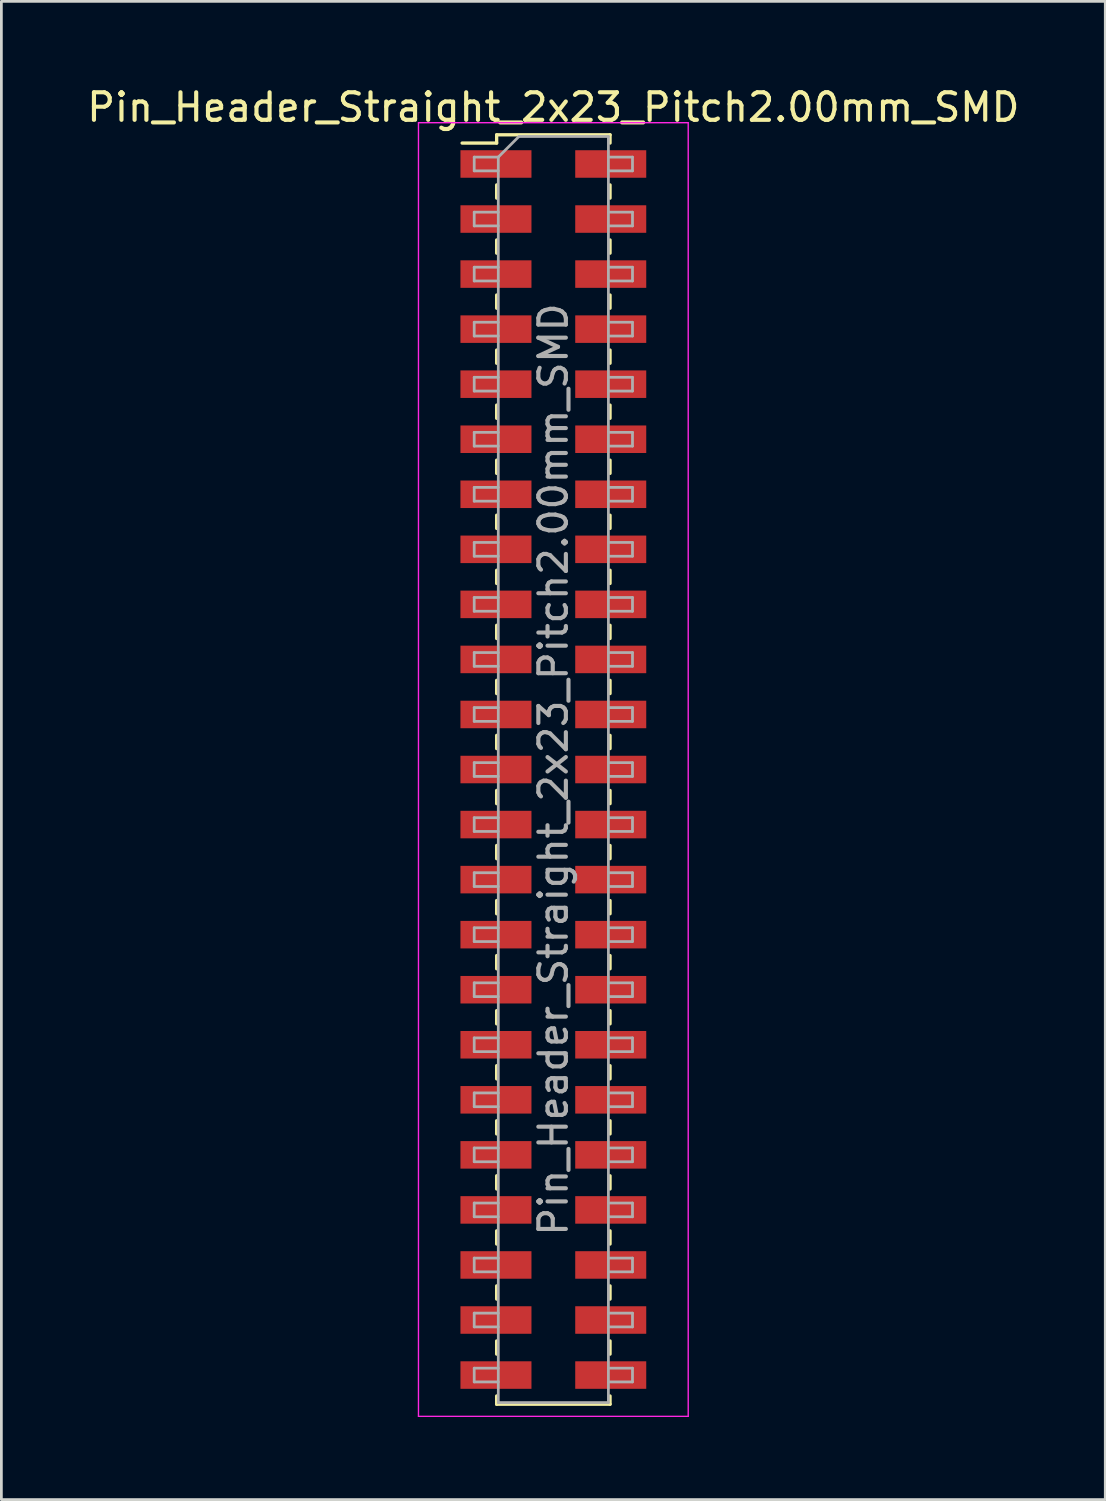
<source format=kicad_pcb>
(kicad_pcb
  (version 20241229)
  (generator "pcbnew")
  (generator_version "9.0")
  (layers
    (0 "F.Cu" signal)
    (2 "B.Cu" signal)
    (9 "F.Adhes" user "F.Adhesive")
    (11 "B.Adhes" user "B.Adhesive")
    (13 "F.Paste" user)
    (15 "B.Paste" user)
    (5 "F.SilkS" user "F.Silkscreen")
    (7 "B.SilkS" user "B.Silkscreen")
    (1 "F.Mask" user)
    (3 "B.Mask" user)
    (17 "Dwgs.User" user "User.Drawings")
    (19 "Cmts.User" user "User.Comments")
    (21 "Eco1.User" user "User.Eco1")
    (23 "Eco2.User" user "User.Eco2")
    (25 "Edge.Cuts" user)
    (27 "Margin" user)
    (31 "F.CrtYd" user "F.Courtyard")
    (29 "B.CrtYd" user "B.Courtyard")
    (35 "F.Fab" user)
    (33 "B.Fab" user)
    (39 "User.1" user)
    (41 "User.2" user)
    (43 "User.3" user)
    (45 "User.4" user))
  (footprint "Pin_Header_Straight_2x23_Pitch2.00mm_SMD"
    (layer "F.Cu")
    (at 17.054 24.908)
    (property "Reference" "Pin_Header_Straight_2x23_Pitch2.00mm_SMD" (at 0 -24.06 0) (layer "F.SilkS") (effects (font (size 1 1) (thickness 0.15))))
    (attr smd)
    (fp_line (start -3.315 -22.76) (end -2.06 -22.76) (stroke (width 0.12) (type solid)) (layer "F.SilkS"))
    (fp_line (start -2.06 -23.06) (end -2.06 -22.76) (stroke (width 0.12) (type solid)) (layer "F.SilkS"))
    (fp_line (start -2.06 -23.06) (end 2.06 -23.06) (stroke (width 0.12) (type solid)) (layer "F.SilkS"))
    (fp_line (start -2.06 -21.24) (end -2.06 -20.76) (stroke (width 0.12) (type solid)) (layer "F.SilkS"))
    (fp_line (start -2.06 -19.24) (end -2.06 -18.76) (stroke (width 0.12) (type solid)) (layer "F.SilkS"))
    (fp_line (start -2.06 -17.24) (end -2.06 -16.76) (stroke (width 0.12) (type solid)) (layer "F.SilkS"))
    (fp_line (start -2.06 -15.24) (end -2.06 -14.76) (stroke (width 0.12) (type solid)) (layer "F.SilkS"))
    (fp_line (start -2.06 -13.24) (end -2.06 -12.76) (stroke (width 0.12) (type solid)) (layer "F.SilkS"))
    (fp_line (start -2.06 -11.24) (end -2.06 -10.76) (stroke (width 0.12) (type solid)) (layer "F.SilkS"))
    (fp_line (start -2.06 -9.24) (end -2.06 -8.76) (stroke (width 0.12) (type solid)) (layer "F.SilkS"))
    (fp_line (start -2.06 -7.24) (end -2.06 -6.76) (stroke (width 0.12) (type solid)) (layer "F.SilkS"))
    (fp_line (start -2.06 -5.24) (end -2.06 -4.76) (stroke (width 0.12) (type solid)) (layer "F.SilkS"))
    (fp_line (start -2.06 -3.24) (end -2.06 -2.76) (stroke (width 0.12) (type solid)) (layer "F.SilkS"))
    (fp_line (start -2.06 -1.24) (end -2.06 -0.76) (stroke (width 0.12) (type solid)) (layer "F.SilkS"))
    (fp_line (start -2.06 0.76) (end -2.06 1.24) (stroke (width 0.12) (type solid)) (layer "F.SilkS"))
    (fp_line (start -2.06 2.76) (end -2.06 3.24) (stroke (width 0.12) (type solid)) (layer "F.SilkS"))
    (fp_line (start -2.06 4.76) (end -2.06 5.24) (stroke (width 0.12) (type solid)) (layer "F.SilkS"))
    (fp_line (start -2.06 6.76) (end -2.06 7.24) (stroke (width 0.12) (type solid)) (layer "F.SilkS"))
    (fp_line (start -2.06 8.76) (end -2.06 9.24) (stroke (width 0.12) (type solid)) (layer "F.SilkS"))
    (fp_line (start -2.06 10.76) (end -2.06 11.24) (stroke (width 0.12) (type solid)) (layer "F.SilkS"))
    (fp_line (start -2.06 12.76) (end -2.06 13.24) (stroke (width 0.12) (type solid)) (layer "F.SilkS"))
    (fp_line (start -2.06 14.76) (end -2.06 15.24) (stroke (width 0.12) (type solid)) (layer "F.SilkS"))
    (fp_line (start -2.06 16.76) (end -2.06 17.24) (stroke (width 0.12) (type solid)) (layer "F.SilkS"))
    (fp_line (start -2.06 18.76) (end -2.06 19.24) (stroke (width 0.12) (type solid)) (layer "F.SilkS"))
    (fp_line (start -2.06 20.76) (end -2.06 21.24) (stroke (width 0.12) (type solid)) (layer "F.SilkS"))
    (fp_line (start -2.06 22.76) (end -2.06 23.06) (stroke (width 0.12) (type solid)) (layer "F.SilkS"))
    (fp_line (start -2.06 23.06) (end 2.06 23.06) (stroke (width 0.12) (type solid)) (layer "F.SilkS"))
    (fp_line (start 2.06 -23.06) (end 2.06 -22.76) (stroke (width 0.12) (type solid)) (layer "F.SilkS"))
    (fp_line (start 2.06 -21.24) (end 2.06 -20.76) (stroke (width 0.12) (type solid)) (layer "F.SilkS"))
    (fp_line (start 2.06 -19.24) (end 2.06 -18.76) (stroke (width 0.12) (type solid)) (layer "F.SilkS"))
    (fp_line (start 2.06 -17.24) (end 2.06 -16.76) (stroke (width 0.12) (type solid)) (layer "F.SilkS"))
    (fp_line (start 2.06 -15.24) (end 2.06 -14.76) (stroke (width 0.12) (type solid)) (layer "F.SilkS"))
    (fp_line (start 2.06 -13.24) (end 2.06 -12.76) (stroke (width 0.12) (type solid)) (layer "F.SilkS"))
    (fp_line (start 2.06 -11.24) (end 2.06 -10.76) (stroke (width 0.12) (type solid)) (layer "F.SilkS"))
    (fp_line (start 2.06 -9.24) (end 2.06 -8.76) (stroke (width 0.12) (type solid)) (layer "F.SilkS"))
    (fp_line (start 2.06 -7.24) (end 2.06 -6.76) (stroke (width 0.12) (type solid)) (layer "F.SilkS"))
    (fp_line (start 2.06 -5.24) (end 2.06 -4.76) (stroke (width 0.12) (type solid)) (layer "F.SilkS"))
    (fp_line (start 2.06 -3.24) (end 2.06 -2.76) (stroke (width 0.12) (type solid)) (layer "F.SilkS"))
    (fp_line (start 2.06 -1.24) (end 2.06 -0.76) (stroke (width 0.12) (type solid)) (layer "F.SilkS"))
    (fp_line (start 2.06 0.76) (end 2.06 1.24) (stroke (width 0.12) (type solid)) (layer "F.SilkS"))
    (fp_line (start 2.06 2.76) (end 2.06 3.24) (stroke (width 0.12) (type solid)) (layer "F.SilkS"))
    (fp_line (start 2.06 4.76) (end 2.06 5.24) (stroke (width 0.12) (type solid)) (layer "F.SilkS"))
    (fp_line (start 2.06 6.76) (end 2.06 7.24) (stroke (width 0.12) (type solid)) (layer "F.SilkS"))
    (fp_line (start 2.06 8.76) (end 2.06 9.24) (stroke (width 0.12) (type solid)) (layer "F.SilkS"))
    (fp_line (start 2.06 10.76) (end 2.06 11.24) (stroke (width 0.12) (type solid)) (layer "F.SilkS"))
    (fp_line (start 2.06 12.76) (end 2.06 13.24) (stroke (width 0.12) (type solid)) (layer "F.SilkS"))
    (fp_line (start 2.06 14.76) (end 2.06 15.24) (stroke (width 0.12) (type solid)) (layer "F.SilkS"))
    (fp_line (start 2.06 16.76) (end 2.06 17.24) (stroke (width 0.12) (type solid)) (layer "F.SilkS"))
    (fp_line (start 2.06 18.76) (end 2.06 19.24) (stroke (width 0.12) (type solid)) (layer "F.SilkS"))
    (fp_line (start 2.06 20.76) (end 2.06 21.24) (stroke (width 0.12) (type solid)) (layer "F.SilkS"))
    (fp_line (start 2.06 22.76) (end 2.06 23.06) (stroke (width 0.12) (type solid)) (layer "F.SilkS"))
    (fp_line (start -4.9 -23.5) (end -4.9 23.5) (stroke (width 0.05) (type solid)) (layer "F.CrtYd"))
    (fp_line (start -4.9 23.5) (end 4.9 23.5) (stroke (width 0.05) (type solid)) (layer "F.CrtYd"))
    (fp_line (start 4.9 -23.5) (end -4.9 -23.5) (stroke (width 0.05) (type solid)) (layer "F.CrtYd"))
    (fp_line (start 4.9 23.5) (end 4.9 -23.5) (stroke (width 0.05) (type solid)) (layer "F.CrtYd"))
    (fp_line (start -2.875 -22.25) (end -2.875 -21.75) (stroke (width 0.1) (type solid)) (layer "F.Fab"))
    (fp_line (start -2.875 -21.75) (end -2 -21.75) (stroke (width 0.1) (type solid)) (layer "F.Fab"))
    (fp_line (start -2.875 -20.25) (end -2.875 -19.75) (stroke (width 0.1) (type solid)) (layer "F.Fab"))
    (fp_line (start -2.875 -19.75) (end -2 -19.75) (stroke (width 0.1) (type solid)) (layer "F.Fab"))
    (fp_line (start -2.875 -18.25) (end -2.875 -17.75) (stroke (width 0.1) (type solid)) (layer "F.Fab"))
    (fp_line (start -2.875 -17.75) (end -2 -17.75) (stroke (width 0.1) (type solid)) (layer "F.Fab"))
    (fp_line (start -2.875 -16.25) (end -2.875 -15.75) (stroke (width 0.1) (type solid)) (layer "F.Fab"))
    (fp_line (start -2.875 -15.75) (end -2 -15.75) (stroke (width 0.1) (type solid)) (layer "F.Fab"))
    (fp_line (start -2.875 -14.25) (end -2.875 -13.75) (stroke (width 0.1) (type solid)) (layer "F.Fab"))
    (fp_line (start -2.875 -13.75) (end -2 -13.75) (stroke (width 0.1) (type solid)) (layer "F.Fab"))
    (fp_line (start -2.875 -12.25) (end -2.875 -11.75) (stroke (width 0.1) (type solid)) (layer "F.Fab"))
    (fp_line (start -2.875 -11.75) (end -2 -11.75) (stroke (width 0.1) (type solid)) (layer "F.Fab"))
    (fp_line (start -2.875 -10.25) (end -2.875 -9.75) (stroke (width 0.1) (type solid)) (layer "F.Fab"))
    (fp_line (start -2.875 -9.75) (end -2 -9.75) (stroke (width 0.1) (type solid)) (layer "F.Fab"))
    (fp_line (start -2.875 -8.25) (end -2.875 -7.75) (stroke (width 0.1) (type solid)) (layer "F.Fab"))
    (fp_line (start -2.875 -7.75) (end -2 -7.75) (stroke (width 0.1) (type solid)) (layer "F.Fab"))
    (fp_line (start -2.875 -6.25) (end -2.875 -5.75) (stroke (width 0.1) (type solid)) (layer "F.Fab"))
    (fp_line (start -2.875 -5.75) (end -2 -5.75) (stroke (width 0.1) (type solid)) (layer "F.Fab"))
    (fp_line (start -2.875 -4.25) (end -2.875 -3.75) (stroke (width 0.1) (type solid)) (layer "F.Fab"))
    (fp_line (start -2.875 -3.75) (end -2 -3.75) (stroke (width 0.1) (type solid)) (layer "F.Fab"))
    (fp_line (start -2.875 -2.25) (end -2.875 -1.75) (stroke (width 0.1) (type solid)) (layer "F.Fab"))
    (fp_line (start -2.875 -1.75) (end -2 -1.75) (stroke (width 0.1) (type solid)) (layer "F.Fab"))
    (fp_line (start -2.875 -0.25) (end -2.875 0.25) (stroke (width 0.1) (type solid)) (layer "F.Fab"))
    (fp_line (start -2.875 0.25) (end -2 0.25) (stroke (width 0.1) (type solid)) (layer "F.Fab"))
    (fp_line (start -2.875 1.75) (end -2.875 2.25) (stroke (width 0.1) (type solid)) (layer "F.Fab"))
    (fp_line (start -2.875 2.25) (end -2 2.25) (stroke (width 0.1) (type solid)) (layer "F.Fab"))
    (fp_line (start -2.875 3.75) (end -2.875 4.25) (stroke (width 0.1) (type solid)) (layer "F.Fab"))
    (fp_line (start -2.875 4.25) (end -2 4.25) (stroke (width 0.1) (type solid)) (layer "F.Fab"))
    (fp_line (start -2.875 5.75) (end -2.875 6.25) (stroke (width 0.1) (type solid)) (layer "F.Fab"))
    (fp_line (start -2.875 6.25) (end -2 6.25) (stroke (width 0.1) (type solid)) (layer "F.Fab"))
    (fp_line (start -2.875 7.75) (end -2.875 8.25) (stroke (width 0.1) (type solid)) (layer "F.Fab"))
    (fp_line (start -2.875 8.25) (end -2 8.25) (stroke (width 0.1) (type solid)) (layer "F.Fab"))
    (fp_line (start -2.875 9.75) (end -2.875 10.25) (stroke (width 0.1) (type solid)) (layer "F.Fab"))
    (fp_line (start -2.875 10.25) (end -2 10.25) (stroke (width 0.1) (type solid)) (layer "F.Fab"))
    (fp_line (start -2.875 11.75) (end -2.875 12.25) (stroke (width 0.1) (type solid)) (layer "F.Fab"))
    (fp_line (start -2.875 12.25) (end -2 12.25) (stroke (width 0.1) (type solid)) (layer "F.Fab"))
    (fp_line (start -2.875 13.75) (end -2.875 14.25) (stroke (width 0.1) (type solid)) (layer "F.Fab"))
    (fp_line (start -2.875 14.25) (end -2 14.25) (stroke (width 0.1) (type solid)) (layer "F.Fab"))
    (fp_line (start -2.875 15.75) (end -2.875 16.25) (stroke (width 0.1) (type solid)) (layer "F.Fab"))
    (fp_line (start -2.875 16.25) (end -2 16.25) (stroke (width 0.1) (type solid)) (layer "F.Fab"))
    (fp_line (start -2.875 17.75) (end -2.875 18.25) (stroke (width 0.1) (type solid)) (layer "F.Fab"))
    (fp_line (start -2.875 18.25) (end -2 18.25) (stroke (width 0.1) (type solid)) (layer "F.Fab"))
    (fp_line (start -2.875 19.75) (end -2.875 20.25) (stroke (width 0.1) (type solid)) (layer "F.Fab"))
    (fp_line (start -2.875 20.25) (end -2 20.25) (stroke (width 0.1) (type solid)) (layer "F.Fab"))
    (fp_line (start -2.875 21.75) (end -2.875 22.25) (stroke (width 0.1) (type solid)) (layer "F.Fab"))
    (fp_line (start -2.875 22.25) (end -2 22.25) (stroke (width 0.1) (type solid)) (layer "F.Fab"))
    (fp_line (start -2 -22.25) (end -2.875 -22.25) (stroke (width 0.1) (type solid)) (layer "F.Fab"))
    (fp_line (start -2 -22.25) (end -1.25 -23) (stroke (width 0.1) (type solid)) (layer "F.Fab"))
    (fp_line (start -2 -20.25) (end -2.875 -20.25) (stroke (width 0.1) (type solid)) (layer "F.Fab"))
    (fp_line (start -2 -18.25) (end -2.875 -18.25) (stroke (width 0.1) (type solid)) (layer "F.Fab"))
    (fp_line (start -2 -16.25) (end -2.875 -16.25) (stroke (width 0.1) (type solid)) (layer "F.Fab"))
    (fp_line (start -2 -14.25) (end -2.875 -14.25) (stroke (width 0.1) (type solid)) (layer "F.Fab"))
    (fp_line (start -2 -12.25) (end -2.875 -12.25) (stroke (width 0.1) (type solid)) (layer "F.Fab"))
    (fp_line (start -2 -10.25) (end -2.875 -10.25) (stroke (width 0.1) (type solid)) (layer "F.Fab"))
    (fp_line (start -2 -8.25) (end -2.875 -8.25) (stroke (width 0.1) (type solid)) (layer "F.Fab"))
    (fp_line (start -2 -6.25) (end -2.875 -6.25) (stroke (width 0.1) (type solid)) (layer "F.Fab"))
    (fp_line (start -2 -4.25) (end -2.875 -4.25) (stroke (width 0.1) (type solid)) (layer "F.Fab"))
    (fp_line (start -2 -2.25) (end -2.875 -2.25) (stroke (width 0.1) (type solid)) (layer "F.Fab"))
    (fp_line (start -2 -0.25) (end -2.875 -0.25) (stroke (width 0.1) (type solid)) (layer "F.Fab"))
    (fp_line (start -2 1.75) (end -2.875 1.75) (stroke (width 0.1) (type solid)) (layer "F.Fab"))
    (fp_line (start -2 3.75) (end -2.875 3.75) (stroke (width 0.1) (type solid)) (layer "F.Fab"))
    (fp_line (start -2 5.75) (end -2.875 5.75) (stroke (width 0.1) (type solid)) (layer "F.Fab"))
    (fp_line (start -2 7.75) (end -2.875 7.75) (stroke (width 0.1) (type solid)) (layer "F.Fab"))
    (fp_line (start -2 9.75) (end -2.875 9.75) (stroke (width 0.1) (type solid)) (layer "F.Fab"))
    (fp_line (start -2 11.75) (end -2.875 11.75) (stroke (width 0.1) (type solid)) (layer "F.Fab"))
    (fp_line (start -2 13.75) (end -2.875 13.75) (stroke (width 0.1) (type solid)) (layer "F.Fab"))
    (fp_line (start -2 15.75) (end -2.875 15.75) (stroke (width 0.1) (type solid)) (layer "F.Fab"))
    (fp_line (start -2 17.75) (end -2.875 17.75) (stroke (width 0.1) (type solid)) (layer "F.Fab"))
    (fp_line (start -2 19.75) (end -2.875 19.75) (stroke (width 0.1) (type solid)) (layer "F.Fab"))
    (fp_line (start -2 21.75) (end -2.875 21.75) (stroke (width 0.1) (type solid)) (layer "F.Fab"))
    (fp_line (start -2 23) (end -2 -22.25) (stroke (width 0.1) (type solid)) (layer "F.Fab"))
    (fp_line (start -1.25 -23) (end 2 -23) (stroke (width 0.1) (type solid)) (layer "F.Fab"))
    (fp_line (start 2 -23) (end 2 23) (stroke (width 0.1) (type solid)) (layer "F.Fab"))
    (fp_line (start 2 -22.25) (end 2.875 -22.25) (stroke (width 0.1) (type solid)) (layer "F.Fab"))
    (fp_line (start 2 -20.25) (end 2.875 -20.25) (stroke (width 0.1) (type solid)) (layer "F.Fab"))
    (fp_line (start 2 -18.25) (end 2.875 -18.25) (stroke (width 0.1) (type solid)) (layer "F.Fab"))
    (fp_line (start 2 -16.25) (end 2.875 -16.25) (stroke (width 0.1) (type solid)) (layer "F.Fab"))
    (fp_line (start 2 -14.25) (end 2.875 -14.25) (stroke (width 0.1) (type solid)) (layer "F.Fab"))
    (fp_line (start 2 -12.25) (end 2.875 -12.25) (stroke (width 0.1) (type solid)) (layer "F.Fab"))
    (fp_line (start 2 -10.25) (end 2.875 -10.25) (stroke (width 0.1) (type solid)) (layer "F.Fab"))
    (fp_line (start 2 -8.25) (end 2.875 -8.25) (stroke (width 0.1) (type solid)) (layer "F.Fab"))
    (fp_line (start 2 -6.25) (end 2.875 -6.25) (stroke (width 0.1) (type solid)) (layer "F.Fab"))
    (fp_line (start 2 -4.25) (end 2.875 -4.25) (stroke (width 0.1) (type solid)) (layer "F.Fab"))
    (fp_line (start 2 -2.25) (end 2.875 -2.25) (stroke (width 0.1) (type solid)) (layer "F.Fab"))
    (fp_line (start 2 -0.25) (end 2.875 -0.25) (stroke (width 0.1) (type solid)) (layer "F.Fab"))
    (fp_line (start 2 1.75) (end 2.875 1.75) (stroke (width 0.1) (type solid)) (layer "F.Fab"))
    (fp_line (start 2 3.75) (end 2.875 3.75) (stroke (width 0.1) (type solid)) (layer "F.Fab"))
    (fp_line (start 2 5.75) (end 2.875 5.75) (stroke (width 0.1) (type solid)) (layer "F.Fab"))
    (fp_line (start 2 7.75) (end 2.875 7.75) (stroke (width 0.1) (type solid)) (layer "F.Fab"))
    (fp_line (start 2 9.75) (end 2.875 9.75) (stroke (width 0.1) (type solid)) (layer "F.Fab"))
    (fp_line (start 2 11.75) (end 2.875 11.75) (stroke (width 0.1) (type solid)) (layer "F.Fab"))
    (fp_line (start 2 13.75) (end 2.875 13.75) (stroke (width 0.1) (type solid)) (layer "F.Fab"))
    (fp_line (start 2 15.75) (end 2.875 15.75) (stroke (width 0.1) (type solid)) (layer "F.Fab"))
    (fp_line (start 2 17.75) (end 2.875 17.75) (stroke (width 0.1) (type solid)) (layer "F.Fab"))
    (fp_line (start 2 19.75) (end 2.875 19.75) (stroke (width 0.1) (type solid)) (layer "F.Fab"))
    (fp_line (start 2 21.75) (end 2.875 21.75) (stroke (width 0.1) (type solid)) (layer "F.Fab"))
    (fp_line (start 2 23) (end -2 23) (stroke (width 0.1) (type solid)) (layer "F.Fab"))
    (fp_line (start 2.875 -22.25) (end 2.875 -21.75) (stroke (width 0.1) (type solid)) (layer "F.Fab"))
    (fp_line (start 2.875 -21.75) (end 2 -21.75) (stroke (width 0.1) (type solid)) (layer "F.Fab"))
    (fp_line (start 2.875 -20.25) (end 2.875 -19.75) (stroke (width 0.1) (type solid)) (layer "F.Fab"))
    (fp_line (start 2.875 -19.75) (end 2 -19.75) (stroke (width 0.1) (type solid)) (layer "F.Fab"))
    (fp_line (start 2.875 -18.25) (end 2.875 -17.75) (stroke (width 0.1) (type solid)) (layer "F.Fab"))
    (fp_line (start 2.875 -17.75) (end 2 -17.75) (stroke (width 0.1) (type solid)) (layer "F.Fab"))
    (fp_line (start 2.875 -16.25) (end 2.875 -15.75) (stroke (width 0.1) (type solid)) (layer "F.Fab"))
    (fp_line (start 2.875 -15.75) (end 2 -15.75) (stroke (width 0.1) (type solid)) (layer "F.Fab"))
    (fp_line (start 2.875 -14.25) (end 2.875 -13.75) (stroke (width 0.1) (type solid)) (layer "F.Fab"))
    (fp_line (start 2.875 -13.75) (end 2 -13.75) (stroke (width 0.1) (type solid)) (layer "F.Fab"))
    (fp_line (start 2.875 -12.25) (end 2.875 -11.75) (stroke (width 0.1) (type solid)) (layer "F.Fab"))
    (fp_line (start 2.875 -11.75) (end 2 -11.75) (stroke (width 0.1) (type solid)) (layer "F.Fab"))
    (fp_line (start 2.875 -10.25) (end 2.875 -9.75) (stroke (width 0.1) (type solid)) (layer "F.Fab"))
    (fp_line (start 2.875 -9.75) (end 2 -9.75) (stroke (width 0.1) (type solid)) (layer "F.Fab"))
    (fp_line (start 2.875 -8.25) (end 2.875 -7.75) (stroke (width 0.1) (type solid)) (layer "F.Fab"))
    (fp_line (start 2.875 -7.75) (end 2 -7.75) (stroke (width 0.1) (type solid)) (layer "F.Fab"))
    (fp_line (start 2.875 -6.25) (end 2.875 -5.75) (stroke (width 0.1) (type solid)) (layer "F.Fab"))
    (fp_line (start 2.875 -5.75) (end 2 -5.75) (stroke (width 0.1) (type solid)) (layer "F.Fab"))
    (fp_line (start 2.875 -4.25) (end 2.875 -3.75) (stroke (width 0.1) (type solid)) (layer "F.Fab"))
    (fp_line (start 2.875 -3.75) (end 2 -3.75) (stroke (width 0.1) (type solid)) (layer "F.Fab"))
    (fp_line (start 2.875 -2.25) (end 2.875 -1.75) (stroke (width 0.1) (type solid)) (layer "F.Fab"))
    (fp_line (start 2.875 -1.75) (end 2 -1.75) (stroke (width 0.1) (type solid)) (layer "F.Fab"))
    (fp_line (start 2.875 -0.25) (end 2.875 0.25) (stroke (width 0.1) (type solid)) (layer "F.Fab"))
    (fp_line (start 2.875 0.25) (end 2 0.25) (stroke (width 0.1) (type solid)) (layer "F.Fab"))
    (fp_line (start 2.875 1.75) (end 2.875 2.25) (stroke (width 0.1) (type solid)) (layer "F.Fab"))
    (fp_line (start 2.875 2.25) (end 2 2.25) (stroke (width 0.1) (type solid)) (layer "F.Fab"))
    (fp_line (start 2.875 3.75) (end 2.875 4.25) (stroke (width 0.1) (type solid)) (layer "F.Fab"))
    (fp_line (start 2.875 4.25) (end 2 4.25) (stroke (width 0.1) (type solid)) (layer "F.Fab"))
    (fp_line (start 2.875 5.75) (end 2.875 6.25) (stroke (width 0.1) (type solid)) (layer "F.Fab"))
    (fp_line (start 2.875 6.25) (end 2 6.25) (stroke (width 0.1) (type solid)) (layer "F.Fab"))
    (fp_line (start 2.875 7.75) (end 2.875 8.25) (stroke (width 0.1) (type solid)) (layer "F.Fab"))
    (fp_line (start 2.875 8.25) (end 2 8.25) (stroke (width 0.1) (type solid)) (layer "F.Fab"))
    (fp_line (start 2.875 9.75) (end 2.875 10.25) (stroke (width 0.1) (type solid)) (layer "F.Fab"))
    (fp_line (start 2.875 10.25) (end 2 10.25) (stroke (width 0.1) (type solid)) (layer "F.Fab"))
    (fp_line (start 2.875 11.75) (end 2.875 12.25) (stroke (width 0.1) (type solid)) (layer "F.Fab"))
    (fp_line (start 2.875 12.25) (end 2 12.25) (stroke (width 0.1) (type solid)) (layer "F.Fab"))
    (fp_line (start 2.875 13.75) (end 2.875 14.25) (stroke (width 0.1) (type solid)) (layer "F.Fab"))
    (fp_line (start 2.875 14.25) (end 2 14.25) (stroke (width 0.1) (type solid)) (layer "F.Fab"))
    (fp_line (start 2.875 15.75) (end 2.875 16.25) (stroke (width 0.1) (type solid)) (layer "F.Fab"))
    (fp_line (start 2.875 16.25) (end 2 16.25) (stroke (width 0.1) (type solid)) (layer "F.Fab"))
    (fp_line (start 2.875 17.75) (end 2.875 18.25) (stroke (width 0.1) (type solid)) (layer "F.Fab"))
    (fp_line (start 2.875 18.25) (end 2 18.25) (stroke (width 0.1) (type solid)) (layer "F.Fab"))
    (fp_line (start 2.875 19.75) (end 2.875 20.25) (stroke (width 0.1) (type solid)) (layer "F.Fab"))
    (fp_line (start 2.875 20.25) (end 2 20.25) (stroke (width 0.1) (type solid)) (layer "F.Fab"))
    (fp_line (start 2.875 21.75) (end 2.875 22.25) (stroke (width 0.1) (type solid)) (layer "F.Fab"))
    (fp_line (start 2.875 22.25) (end 2 22.25) (stroke (width 0.1) (type solid)) (layer "F.Fab"))
    (fp_text user "${REFERENCE}" (at 0 0 90) (layer "F.Fab") (effects (font (size 1 1) (thickness 0.15))))
    (pad "1" smd rect (at -2.085 -22) (size 2.58 1) (layers "F.Cu" "F.Mask" "F.Paste"))
    (pad "2" smd rect (at 2.085 -22) (size 2.58 1) (layers "F.Cu" "F.Mask" "F.Paste"))
    (pad "3" smd rect (at -2.085 -20) (size 2.58 1) (layers "F.Cu" "F.Mask" "F.Paste"))
    (pad "4" smd rect (at 2.085 -20) (size 2.58 1) (layers "F.Cu" "F.Mask" "F.Paste"))
    (pad "5" smd rect (at -2.085 -18) (size 2.58 1) (layers "F.Cu" "F.Mask" "F.Paste"))
    (pad "6" smd rect (at 2.085 -18) (size 2.58 1) (layers "F.Cu" "F.Mask" "F.Paste"))
    (pad "7" smd rect (at -2.085 -16) (size 2.58 1) (layers "F.Cu" "F.Mask" "F.Paste"))
    (pad "8" smd rect (at 2.085 -16) (size 2.58 1) (layers "F.Cu" "F.Mask" "F.Paste"))
    (pad "9" smd rect (at -2.085 -14) (size 2.58 1) (layers "F.Cu" "F.Mask" "F.Paste"))
    (pad "10" smd rect (at 2.085 -14) (size 2.58 1) (layers "F.Cu" "F.Mask" "F.Paste"))
    (pad "11" smd rect (at -2.085 -12) (size 2.58 1) (layers "F.Cu" "F.Mask" "F.Paste"))
    (pad "12" smd rect (at 2.085 -12) (size 2.58 1) (layers "F.Cu" "F.Mask" "F.Paste"))
    (pad "13" smd rect (at -2.085 -10) (size 2.58 1) (layers "F.Cu" "F.Mask" "F.Paste"))
    (pad "14" smd rect (at 2.085 -10) (size 2.58 1) (layers "F.Cu" "F.Mask" "F.Paste"))
    (pad "15" smd rect (at -2.085 -8) (size 2.58 1) (layers "F.Cu" "F.Mask" "F.Paste"))
    (pad "16" smd rect (at 2.085 -8) (size 2.58 1) (layers "F.Cu" "F.Mask" "F.Paste"))
    (pad "17" smd rect (at -2.085 -6) (size 2.58 1) (layers "F.Cu" "F.Mask" "F.Paste"))
    (pad "18" smd rect (at 2.085 -6) (size 2.58 1) (layers "F.Cu" "F.Mask" "F.Paste"))
    (pad "19" smd rect (at -2.085 -4) (size 2.58 1) (layers "F.Cu" "F.Mask" "F.Paste"))
    (pad "20" smd rect (at 2.085 -4) (size 2.58 1) (layers "F.Cu" "F.Mask" "F.Paste"))
    (pad "21" smd rect (at -2.085 -2) (size 2.58 1) (layers "F.Cu" "F.Mask" "F.Paste"))
    (pad "22" smd rect (at 2.085 -2) (size 2.58 1) (layers "F.Cu" "F.Mask" "F.Paste"))
    (pad "23" smd rect (at -2.085 0) (size 2.58 1) (layers "F.Cu" "F.Mask" "F.Paste"))
    (pad "24" smd rect (at 2.085 0) (size 2.58 1) (layers "F.Cu" "F.Mask" "F.Paste"))
    (pad "25" smd rect (at -2.085 2) (size 2.58 1) (layers "F.Cu" "F.Mask" "F.Paste"))
    (pad "26" smd rect (at 2.085 2) (size 2.58 1) (layers "F.Cu" "F.Mask" "F.Paste"))
    (pad "27" smd rect (at -2.085 4) (size 2.58 1) (layers "F.Cu" "F.Mask" "F.Paste"))
    (pad "28" smd rect (at 2.085 4) (size 2.58 1) (layers "F.Cu" "F.Mask" "F.Paste"))
    (pad "29" smd rect (at -2.085 6) (size 2.58 1) (layers "F.Cu" "F.Mask" "F.Paste"))
    (pad "30" smd rect (at 2.085 6) (size 2.58 1) (layers "F.Cu" "F.Mask" "F.Paste"))
    (pad "31" smd rect (at -2.085 8) (size 2.58 1) (layers "F.Cu" "F.Mask" "F.Paste"))
    (pad "32" smd rect (at 2.085 8) (size 2.58 1) (layers "F.Cu" "F.Mask" "F.Paste"))
    (pad "33" smd rect (at -2.085 10) (size 2.58 1) (layers "F.Cu" "F.Mask" "F.Paste"))
    (pad "34" smd rect (at 2.085 10) (size 2.58 1) (layers "F.Cu" "F.Mask" "F.Paste"))
    (pad "35" smd rect (at -2.085 12) (size 2.58 1) (layers "F.Cu" "F.Mask" "F.Paste"))
    (pad "36" smd rect (at 2.085 12) (size 2.58 1) (layers "F.Cu" "F.Mask" "F.Paste"))
    (pad "37" smd rect (at -2.085 14) (size 2.58 1) (layers "F.Cu" "F.Mask" "F.Paste"))
    (pad "38" smd rect (at 2.085 14) (size 2.58 1) (layers "F.Cu" "F.Mask" "F.Paste"))
    (pad "39" smd rect (at -2.085 16) (size 2.58 1) (layers "F.Cu" "F.Mask" "F.Paste"))
    (pad "40" smd rect (at 2.085 16) (size 2.58 1) (layers "F.Cu" "F.Mask" "F.Paste"))
    (pad "41" smd rect (at -2.085 18) (size 2.58 1) (layers "F.Cu" "F.Mask" "F.Paste"))
    (pad "42" smd rect (at 2.085 18) (size 2.58 1) (layers "F.Cu" "F.Mask" "F.Paste"))
    (pad "43" smd rect (at -2.085 20) (size 2.58 1) (layers "F.Cu" "F.Mask" "F.Paste"))
    (pad "44" smd rect (at 2.085 20) (size 2.58 1) (layers "F.Cu" "F.Mask" "F.Paste"))
    (pad "45" smd rect (at -2.085 22) (size 2.58 1) (layers "F.Cu" "F.Mask" "F.Paste"))
    (pad "46" smd rect (at 2.085 22) (size 2.58 1) (layers "F.Cu" "F.Mask" "F.Paste")))
  (gr_rect
    (start -3 -3)
    (end 37.107 51.433)
    (stroke (width 0.1) (type default))
    (fill no)
    (layer "Edge.Cuts")))
</source>
